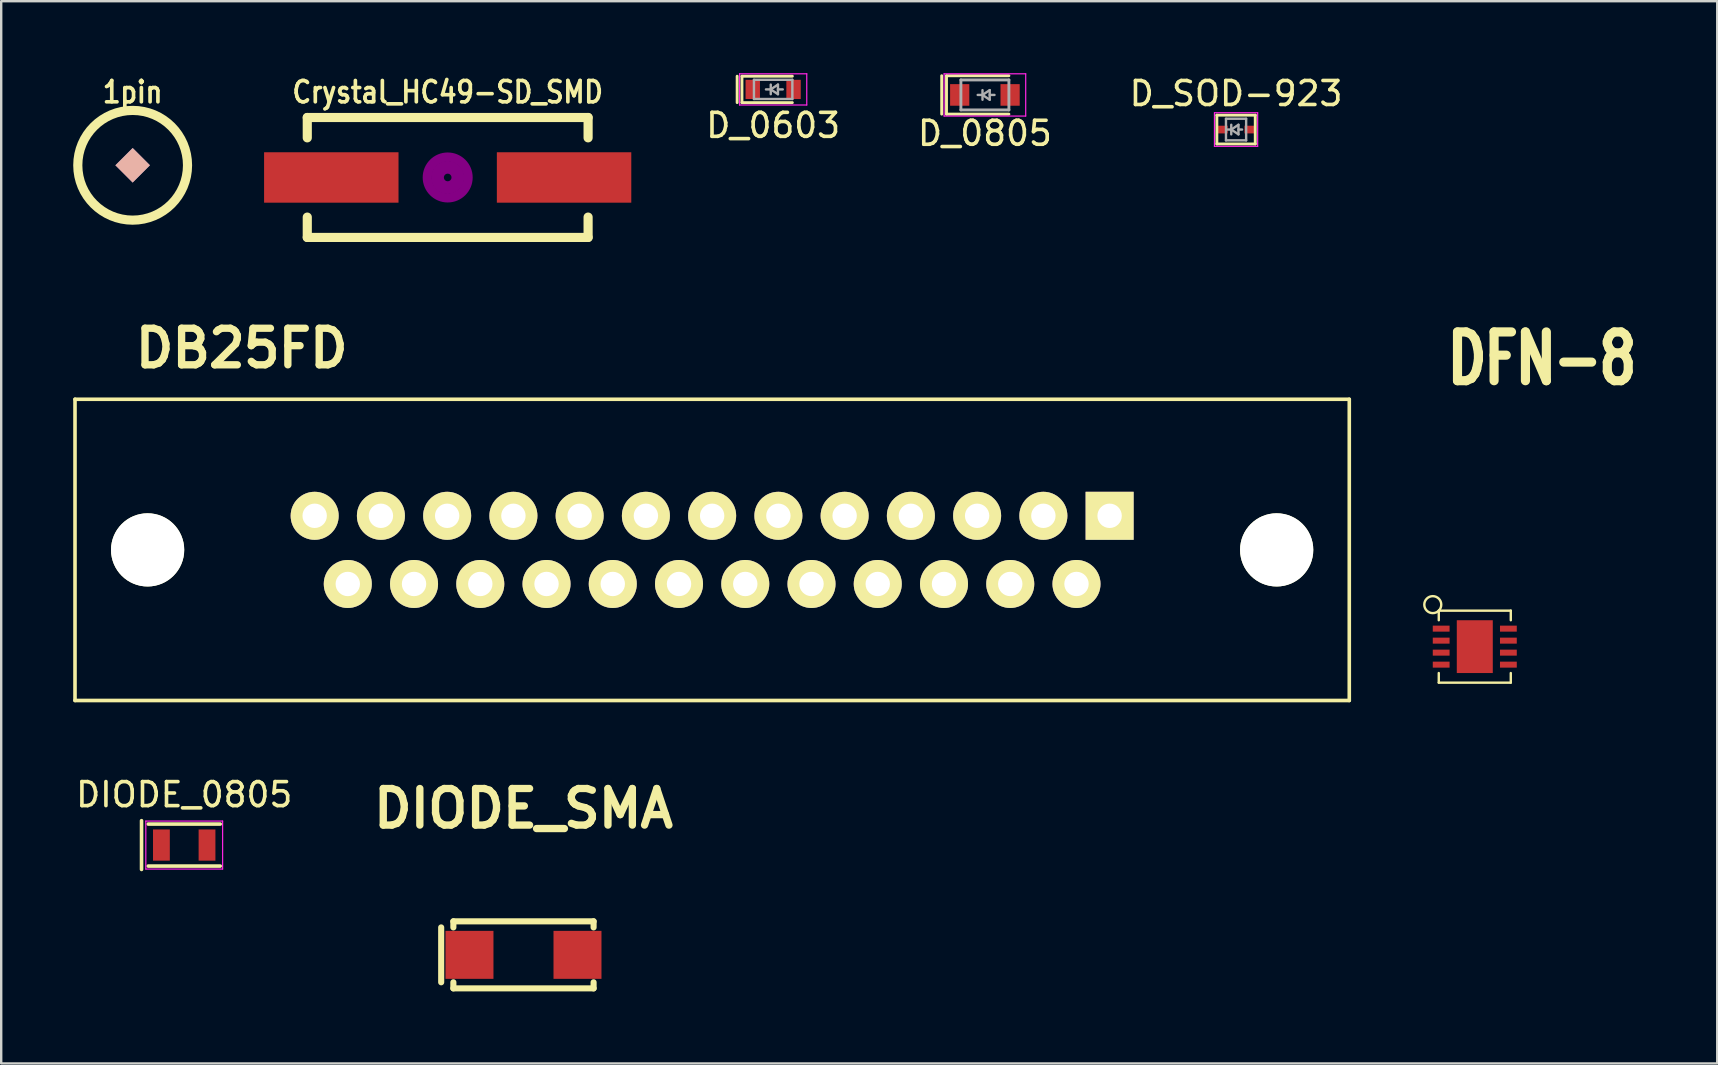
<source format=kicad_pcb>
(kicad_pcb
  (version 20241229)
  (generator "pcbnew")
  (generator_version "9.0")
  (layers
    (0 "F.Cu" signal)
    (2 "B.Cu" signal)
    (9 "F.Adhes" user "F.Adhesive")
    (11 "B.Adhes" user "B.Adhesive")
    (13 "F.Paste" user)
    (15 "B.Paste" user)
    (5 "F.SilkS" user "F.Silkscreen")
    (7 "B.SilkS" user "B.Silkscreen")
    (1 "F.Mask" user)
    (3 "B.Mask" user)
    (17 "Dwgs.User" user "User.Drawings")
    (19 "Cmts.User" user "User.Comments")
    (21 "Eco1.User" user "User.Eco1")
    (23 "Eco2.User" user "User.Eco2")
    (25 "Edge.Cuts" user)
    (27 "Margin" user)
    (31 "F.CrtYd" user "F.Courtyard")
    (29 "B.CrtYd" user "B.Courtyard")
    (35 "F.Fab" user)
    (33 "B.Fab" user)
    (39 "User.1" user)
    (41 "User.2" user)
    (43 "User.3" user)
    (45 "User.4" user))
  (footprint "DB25FD"
    (layer "F.Cu")
    (at 26.62 19.86)
    (property "Reference" "DB25FD" (at -19.6 -8.4 180) (layer "F.SilkS") (effects (font (size 1.524 1.524) (thickness 0.305))))
    (attr through_hole)
    (fp_line (start -26.545 -6.275) (end 26.545 -6.275) (stroke (width 0.15) (type solid)) (layer "F.SilkS"))
    (fp_line (start -26.545 6.275) (end -26.545 -6.275) (stroke (width 0.15) (type solid)) (layer "F.SilkS"))
    (fp_line (start 26.545 -6.275) (end 26.545 6.275) (stroke (width 0.15) (type solid)) (layer "F.SilkS"))
    (fp_line (start 26.545 6.275) (end -26.545 6.275) (stroke (width 0.15) (type solid)) (layer "F.SilkS"))
    (pad "" np_thru_hole circle (at -23.52 0) (size 3.05 3.05) (drill 3.05) (layers "*.Cu" "*.Mask" "F.SilkS"))
    (pad "" np_thru_hole circle (at 23.52 0) (size 3.05 3.05) (drill 3.05) (layers "*.Cu" "*.Mask" "F.SilkS"))
    (pad "1" thru_hole rect (at 16.56 -1.42) (size 2 2) (drill 1.016) (layers "*.Cu" "*.Mask" "F.SilkS"))
    (pad "2" thru_hole circle (at 13.8 -1.42) (size 2 2) (drill 1.016) (layers "*.Cu" "*.Mask" "F.SilkS"))
    (pad "3" thru_hole circle (at 11.04 -1.42) (size 2 2) (drill 1.016) (layers "*.Cu" "*.Mask" "F.SilkS"))
    (pad "4" thru_hole circle (at 8.28 -1.42) (size 2 2) (drill 1.016) (layers "*.Cu" "*.Mask" "F.SilkS"))
    (pad "5" thru_hole circle (at 5.52 -1.42) (size 2 2) (drill 1.016) (layers "*.Cu" "*.Mask" "F.SilkS"))
    (pad "6" thru_hole circle (at 2.76 -1.42) (size 2 2) (drill 1.016) (layers "*.Cu" "*.Mask" "F.SilkS"))
    (pad "7" thru_hole circle (at 0 -1.42) (size 2 2) (drill 1.016) (layers "*.Cu" "*.Mask" "F.SilkS"))
    (pad "8" thru_hole circle (at -2.76 -1.42) (size 2 2) (drill 1.016) (layers "*.Cu" "*.Mask" "F.SilkS"))
    (pad "9" thru_hole circle (at -5.52 -1.42) (size 2 2) (drill 1.016) (layers "*.Cu" "*.Mask" "F.SilkS"))
    (pad "10" thru_hole circle (at -8.28 -1.42) (size 2 2) (drill 1.016) (layers "*.Cu" "*.Mask" "F.SilkS"))
    (pad "11" thru_hole circle (at -11.04 -1.42) (size 2 2) (drill 1.016) (layers "*.Cu" "*.Mask" "F.SilkS"))
    (pad "12" thru_hole circle (at -13.8 -1.42) (size 2 2) (drill 1.016) (layers "*.Cu" "*.Mask" "F.SilkS"))
    (pad "13" thru_hole circle (at -16.56 -1.42) (size 2 2) (drill 1.016) (layers "*.Cu" "*.Mask" "F.SilkS"))
    (pad "14" thru_hole circle (at 15.18 1.42) (size 2 2) (drill 1.016) (layers "*.Cu" "*.Mask" "F.SilkS"))
    (pad "15" thru_hole circle (at 12.42 1.42) (size 2 2) (drill 1.016) (layers "*.Cu" "*.Mask" "F.SilkS"))
    (pad "16" thru_hole circle (at 9.66 1.42) (size 2 2) (drill 1.016) (layers "*.Cu" "*.Mask" "F.SilkS"))
    (pad "17" thru_hole circle (at 6.9 1.42) (size 2 2) (drill 1.016) (layers "*.Cu" "*.Mask" "F.SilkS"))
    (pad "18" thru_hole circle (at 4.14 1.42) (size 2 2) (drill 1.016) (layers "*.Cu" "*.Mask" "F.SilkS"))
    (pad "19" thru_hole circle (at 1.38 1.42) (size 2 2) (drill 1.016) (layers "*.Cu" "*.Mask" "F.SilkS"))
    (pad "20" thru_hole circle (at -1.38 1.42) (size 2 2) (drill 1.016) (layers "*.Cu" "*.Mask" "F.SilkS"))
    (pad "21" thru_hole circle (at -4.14 1.42) (size 2 2) (drill 1.016) (layers "*.Cu" "*.Mask" "F.SilkS"))
    (pad "22" thru_hole circle (at -6.9 1.42) (size 2 2) (drill 1.016) (layers "*.Cu" "*.Mask" "F.SilkS"))
    (pad "23" thru_hole circle (at -9.66 1.42) (size 2 2) (drill 1.016) (layers "*.Cu" "*.Mask" "F.SilkS"))
    (pad "24" thru_hole circle (at -12.42 1.42) (size 2 2) (drill 1.016) (layers "*.Cu" "*.Mask" "F.SilkS"))
    (pad "25" thru_hole circle (at -15.18 1.42) (size 2 2) (drill 1.016) (layers "*.Cu" "*.Mask" "F.SilkS")))
  (footprint "D_0805"
    (layer "F.Cu")
    (at 37.984 0.905)
    (property "Reference" "D_0805" (at 0 1.6 0) (layer "F.SilkS") (effects (font (size 1 1) (thickness 0.15))))
    (attr smd)
    (fp_line (start -1.8 -0.8) (end -1.8 0.8) (stroke (width 0.12) (type solid)) (layer "F.SilkS"))
    (fp_line (start -1.6 -0.8) (end -1.6 0.8) (stroke (width 0.12) (type solid)) (layer "F.SilkS"))
    (fp_line (start -1.6 -0.8) (end 1 -0.8) (stroke (width 0.12) (type solid)) (layer "F.SilkS"))
    (fp_line (start -1.6 0.8) (end 1 0.8) (stroke (width 0.12) (type solid)) (layer "F.SilkS"))
    (fp_line (start -1.7 -0.88) (end 1.7 -0.88) (stroke (width 0.05) (type solid)) (layer "F.CrtYd"))
    (fp_line (start -1.7 0.88) (end -1.7 -0.88) (stroke (width 0.05) (type solid)) (layer "F.CrtYd"))
    (fp_line (start 1.7 -0.88) (end 1.7 0.88) (stroke (width 0.05) (type solid)) (layer "F.CrtYd"))
    (fp_line (start 1.7 0.88) (end -1.7 0.88) (stroke (width 0.05) (type solid)) (layer "F.CrtYd"))
    (fp_line (start -1 -0.625) (end 1 -0.625) (stroke (width 0.12) (type solid)) (layer "F.Fab"))
    (fp_line (start -1 0.625) (end -1 -0.625) (stroke (width 0.12) (type solid)) (layer "F.Fab"))
    (fp_line (start -0.1 -0.2) (end -0.1 0.2) (stroke (width 0.1) (type solid)) (layer "F.Fab"))
    (fp_line (start -0.1 0) (end -0.3 0) (stroke (width 0.1) (type solid)) (layer "F.Fab"))
    (fp_line (start -0.1 0) (end 0.2 0.2) (stroke (width 0.1) (type solid)) (layer "F.Fab"))
    (fp_line (start 0.2 -0.2) (end -0.1 0) (stroke (width 0.1) (type solid)) (layer "F.Fab"))
    (fp_line (start 0.2 0) (end 0.4 0) (stroke (width 0.1) (type solid)) (layer "F.Fab"))
    (fp_line (start 0.2 0.2) (end 0.2 -0.2) (stroke (width 0.1) (type solid)) (layer "F.Fab"))
    (fp_line (start 1 -0.625) (end 1 0.625) (stroke (width 0.12) (type solid)) (layer "F.Fab"))
    (fp_line (start 1 0.625) (end -1 0.625) (stroke (width 0.12) (type solid)) (layer "F.Fab"))
    (pad "A" smd rect (at 1.05 0) (size 0.8 0.9) (layers "F.Cu" "F.Mask" "F.Paste"))
    (pad "C" smd rect (at -1.05 0) (size 0.8 0.9) (layers "F.Cu" "F.Mask" "F.Paste")))
  (footprint "D_0603"
    (layer "F.Cu")
    (at 29.162 0.675)
    (property "Reference" "D_0603" (at 0 1.5 0) (layer "F.SilkS") (effects (font (size 1 1) (thickness 0.15))))
    (attr smd)
    (fp_line (start -1.5 -0.55) (end -1.5 0.55) (stroke (width 0.12) (type solid)) (layer "F.SilkS"))
    (fp_line (start -1.3 -0.55) (end -1.3 0.55) (stroke (width 0.12) (type solid)) (layer "F.SilkS"))
    (fp_line (start -1.3 -0.55) (end 0.8 -0.55) (stroke (width 0.12) (type solid)) (layer "F.SilkS"))
    (fp_line (start -1.3 0.55) (end 0.8 0.55) (stroke (width 0.12) (type solid)) (layer "F.SilkS"))
    (fp_line (start -1.4 -0.65) (end -1.4 0.65) (stroke (width 0.05) (type solid)) (layer "F.CrtYd"))
    (fp_line (start -1.4 0.65) (end 1.4 0.65) (stroke (width 0.05) (type solid)) (layer "F.CrtYd"))
    (fp_line (start 1.4 -0.65) (end -1.4 -0.65) (stroke (width 0.05) (type solid)) (layer "F.CrtYd"))
    (fp_line (start 1.4 0.65) (end 1.4 -0.65) (stroke (width 0.05) (type solid)) (layer "F.CrtYd"))
    (fp_line (start -0.8 -0.4) (end 0.8 -0.4) (stroke (width 0.1) (type solid)) (layer "F.Fab"))
    (fp_line (start -0.8 0.4) (end -0.8 -0.4) (stroke (width 0.1) (type solid)) (layer "F.Fab"))
    (fp_line (start -0.1 -0.2) (end -0.1 0.2) (stroke (width 0.1) (type solid)) (layer "F.Fab"))
    (fp_line (start -0.1 0) (end -0.3 0) (stroke (width 0.1) (type solid)) (layer "F.Fab"))
    (fp_line (start -0.1 0) (end 0.2 0.2) (stroke (width 0.1) (type solid)) (layer "F.Fab"))
    (fp_line (start 0.2 -0.2) (end -0.1 0) (stroke (width 0.1) (type solid)) (layer "F.Fab"))
    (fp_line (start 0.2 0) (end 0.4 0) (stroke (width 0.1) (type solid)) (layer "F.Fab"))
    (fp_line (start 0.2 0.2) (end 0.2 -0.2) (stroke (width 0.1) (type solid)) (layer "F.Fab"))
    (fp_line (start 0.8 -0.4) (end 0.8 0.4) (stroke (width 0.1) (type solid)) (layer "F.Fab"))
    (fp_line (start 0.8 0.4) (end -0.8 0.4) (stroke (width 0.1) (type solid)) (layer "F.Fab"))
    (pad "A" smd rect (at 0.85 0) (size 0.6 0.8) (layers "F.Cu" "F.Mask" "F.Paste"))
    (pad "C" smd rect (at -0.85 0) (size 0.6 0.8) (layers "F.Cu" "F.Mask" "F.Paste")))
  (footprint "Crystal_HC49-SD_SMD"
    (layer "F.Cu")
    (at 15.602 4.344)
    (property "Reference" "Crystal_HC49-SD_SMD" (at 0 -3.556 0) (layer "F.SilkS") (effects (font (size 0.889 0.762) (thickness 0.152))))
    (attr smd)
    (fp_line (start -5.85 -2.499) (end -5.85 -1.651) (stroke (width 0.381) (type solid)) (layer "F.SilkS"))
    (fp_line (start -5.85 2.499) (end -5.85 1.651) (stroke (width 0.381) (type solid)) (layer "F.SilkS"))
    (fp_line (start -5.85 2.499) (end 5.85 2.499) (stroke (width 0.381) (type solid)) (layer "F.SilkS"))
    (fp_line (start 5.85 -2.499) (end -5.85 -2.499) (stroke (width 0.381) (type solid)) (layer "F.SilkS"))
    (fp_line (start 5.85 -2.499) (end 5.85 -1.651) (stroke (width 0.381) (type solid)) (layer "F.SilkS"))
    (fp_line (start 5.85 2.499) (end 5.85 1.651) (stroke (width 0.381) (type solid)) (layer "F.SilkS"))
    (fp_circle (center 0 0) (end 0.15 0.051) (stroke (width 0.381) (type solid)) (fill no) (layer "F.Adhes"))
    (fp_circle (center 0 0) (end 0.5 0) (stroke (width 0.381) (type solid)) (fill no) (layer "F.Adhes"))
    (fp_circle (center 0 0) (end 0.851 0) (stroke (width 0.381) (type solid)) (fill no) (layer "F.Adhes"))
    (pad "1" smd rect (at -4.849 0) (size 5.601 2.101) (layers "F.Cu" "F.Mask" "F.Paste"))
    (pad "2" smd rect (at 4.849 0) (size 5.601 2.101) (layers "F.Cu" "F.Mask" "F.Paste")))
  (footprint "D_SOD-923"
    (layer "F.Cu")
    (at 48.448 2.348)
    (property "Reference" "D_SOD-923" (at 0 -1.5 0) (layer "F.SilkS") (effects (font (size 1 1) (thickness 0.15))))
    (attr smd)
    (fp_line (start -0.8 -0.6) (end -0.8 0.6) (stroke (width 0.12) (type solid)) (layer "F.SilkS"))
    (fp_line (start 0.8 -0.6) (end -0.8 -0.6) (stroke (width 0.12) (type solid)) (layer "F.SilkS"))
    (fp_line (start 0.8 -0.6) (end 0.8 0.6) (stroke (width 0.12) (type solid)) (layer "F.SilkS"))
    (fp_line (start 0.8 0.6) (end -0.8 0.6) (stroke (width 0.12) (type solid)) (layer "F.SilkS"))
    (fp_line (start -0.9 -0.7) (end 0.9 -0.7) (stroke (width 0.05) (type solid)) (layer "F.CrtYd"))
    (fp_line (start -0.9 0.7) (end -0.9 -0.7) (stroke (width 0.05) (type solid)) (layer "F.CrtYd"))
    (fp_line (start 0.9 -0.7) (end 0.9 0.7) (stroke (width 0.05) (type solid)) (layer "F.CrtYd"))
    (fp_line (start 0.9 0.7) (end -0.9 0.7) (stroke (width 0.05) (type solid)) (layer "F.CrtYd"))
    (fp_line (start -0.42 -0.45) (end 0.42 -0.45) (stroke (width 0.1) (type solid)) (layer "F.Fab"))
    (fp_line (start -0.42 0.45) (end -0.42 -0.45) (stroke (width 0.1) (type solid)) (layer "F.Fab"))
    (fp_line (start -0.2 0) (end -0.35 0) (stroke (width 0.1) (type solid)) (layer "F.Fab"))
    (fp_line (start -0.2 0) (end 0.1 0.2) (stroke (width 0.1) (type solid)) (layer "F.Fab"))
    (fp_line (start -0.2 0.2) (end -0.2 -0.2) (stroke (width 0.1) (type solid)) (layer "F.Fab"))
    (fp_line (start 0.1 -0.2) (end -0.2 0) (stroke (width 0.1) (type solid)) (layer "F.Fab"))
    (fp_line (start 0.1 0) (end 0.25 0) (stroke (width 0.1) (type solid)) (layer "F.Fab"))
    (fp_line (start 0.1 0.2) (end 0.1 -0.2) (stroke (width 0.1) (type solid)) (layer "F.Fab"))
    (fp_line (start 0.42 -0.45) (end 0.42 0.45) (stroke (width 0.1) (type solid)) (layer "F.Fab"))
    (fp_line (start 0.42 0.45) (end -0.42 0.45) (stroke (width 0.1) (type solid)) (layer "F.Fab"))
    (pad "A" smd rect (at 0.55 0) (size 0.4 0.32) (layers "F.Cu" "F.Mask" "F.Paste"))
    (pad "C" smd rect (at -0.55 0) (size 0.4 0.32) (layers "F.Cu" "F.Mask" "F.Paste")))
  (footprint "DIODE_SMA"
    (layer "F.Cu")
    (at 18.76 36.732)
    (property "Reference" "DIODE_SMA" (at 0 -6.096 0) (layer "F.SilkS") (effects (font (size 1.524 1.524) (thickness 0.305))))
    (attr through_hole)
    (fp_line (start -3.429 -1.143) (end -3.429 1.143) (stroke (width 0.254) (type solid)) (layer "F.SilkS"))
    (fp_line (start -2.921 -1.397) (end -2.921 -1.143) (stroke (width 0.254) (type solid)) (layer "F.SilkS"))
    (fp_line (start -2.921 1.143) (end -2.921 1.397) (stroke (width 0.254) (type solid)) (layer "F.SilkS"))
    (fp_line (start -2.921 1.397) (end 2.921 1.397) (stroke (width 0.254) (type solid)) (layer "F.SilkS"))
    (fp_line (start 2.921 -1.397) (end -2.921 -1.397) (stroke (width 0.254) (type solid)) (layer "F.SilkS"))
    (fp_line (start 2.921 -1.143) (end 2.921 -1.397) (stroke (width 0.254) (type solid)) (layer "F.SilkS"))
    (fp_line (start 2.921 1.397) (end 2.921 1.143) (stroke (width 0.254) (type solid)) (layer "F.SilkS"))
    (pad "A" smd rect (at 2.25 0) (size 1.999 1.999) (layers "F.Cu" "F.Mask" "F.Paste"))
    (pad "C" smd rect (at -2.25 0) (size 1.999 1.999) (layers "F.Cu" "F.Mask" "F.Paste")))
  (footprint "DFN-8"
    (layer "F.Cu")
    (at 58.394 19.391)
    (property "Reference" "DFN-8" (at 2.8 -7.5 0) (layer "F.SilkS") (effects (font (size 2.032 1.524) (thickness 0.381))))
    (attr through_hole)
    (fp_line (start -1.5 3) (end -1.5 3.4) (stroke (width 0.1) (type solid)) (layer "F.SilkS"))
    (fp_line (start -1.5 3) (end 1.5 3) (stroke (width 0.1) (type solid)) (layer "F.SilkS"))
    (fp_line (start -1.5 6) (end -1.5 5.6) (stroke (width 0.1) (type solid)) (layer "F.SilkS"))
    (fp_line (start -1.5 6) (end 1.5 6) (stroke (width 0.1) (type solid)) (layer "F.SilkS"))
    (fp_line (start 1.5 3) (end 1.5 3.4) (stroke (width 0.1) (type solid)) (layer "F.SilkS"))
    (fp_line (start 1.5 6) (end 1.5 5.6) (stroke (width 0.1) (type solid)) (layer "F.SilkS"))
    (fp_circle (center -1.75 2.75) (end -1.5 3) (stroke (width 0.1) (type solid)) (fill no) (layer "F.SilkS"))
    (pad "1" smd rect (at -1.4 3.75) (size 0.7 0.25) (layers "F.Cu" "F.Mask" "F.Paste"))
    (pad "2" smd rect (at -1.4 4.25) (size 0.7 0.25) (layers "F.Cu" "F.Mask" "F.Paste"))
    (pad "3" smd rect (at -1.4 4.75) (size 0.7 0.25) (layers "F.Cu" "F.Mask" "F.Paste"))
    (pad "4" smd rect (at -1.4 5.25) (size 0.7 0.25) (layers "F.Cu" "F.Mask" "F.Paste"))
    (pad "4" smd rect (at 0 4.5) (size 1.5 2.2) (layers "F.Cu" "F.Mask" "F.Paste"))
    (pad "5" smd rect (at 1.4 5.25) (size 0.7 0.25) (layers "F.Cu" "F.Mask" "F.Paste"))
    (pad "6" smd rect (at 1.4 4.75) (size 0.7 0.25) (layers "F.Cu" "F.Mask" "F.Paste"))
    (pad "7" smd rect (at 1.4 4.25) (size 0.7 0.25) (layers "F.Cu" "F.Mask" "F.Paste"))
    (pad "8" smd rect (at 1.4 3.75) (size 0.7 0.25) (layers "F.Cu" "F.Mask" "F.Paste")))
  (footprint "1pin"
    (layer "F.Cu")
    (at 2.477 3.836)
    (property "Reference" "1pin" (at 0 -3.048 0) (layer "F.SilkS") (effects (font (size 0.889 0.762) (thickness 0.152))))
    (attr through_hole)
    (fp_circle (center 0 0) (end 0 -2.286) (stroke (width 0.381) (type solid)) (fill no) (layer "F.SilkS"))
    (pad "1" connect rect (at 0 0 45) (size 1.016 1.016) (layers "*.Cu" "F.Mask" "B.SilkS")))
  (footprint "DIODE_0805"
    (layer "F.Cu")
    (at 4.625 32.158)
    (property "Reference" "DIODE_0805" (at 0 -2.1 0) (layer "F.SilkS") (effects (font (size 1 1) (thickness 0.15))))
    (attr smd)
    (fp_line (start -1.778 -1.016) (end -1.778 1.016) (stroke (width 0.15) (type solid)) (layer "F.SilkS"))
    (fp_line (start -1.5 -0.875) (end 1.5 -0.875) (stroke (width 0.15) (type solid)) (layer "F.SilkS"))
    (fp_line (start 1.5 0.875) (end -1.5 0.875) (stroke (width 0.15) (type solid)) (layer "F.SilkS"))
    (fp_line (start -1.6 -1) (end -1.6 1) (stroke (width 0.05) (type solid)) (layer "F.CrtYd"))
    (fp_line (start -1.6 -1) (end 1.6 -1) (stroke (width 0.05) (type solid)) (layer "F.CrtYd"))
    (fp_line (start -1.6 1) (end 1.6 1) (stroke (width 0.05) (type solid)) (layer "F.CrtYd"))
    (fp_line (start 1.6 -1) (end 1.6 1) (stroke (width 0.05) (type solid)) (layer "F.CrtYd"))
    (pad "A" smd rect (at 0.95 0) (size 0.7 1.3) (layers "F.Cu" "F.Mask" "F.Paste"))
    (pad "C" smd rect (at -0.95 0) (size 0.7 1.3) (layers "F.Cu" "F.Mask" "F.Paste")))
  (gr_rect
    (start -3 -3)
    (end 68.495 41.256)
    (stroke (width 0.1) (type default))
    (fill no)
    (layer "Edge.Cuts")))
</source>
